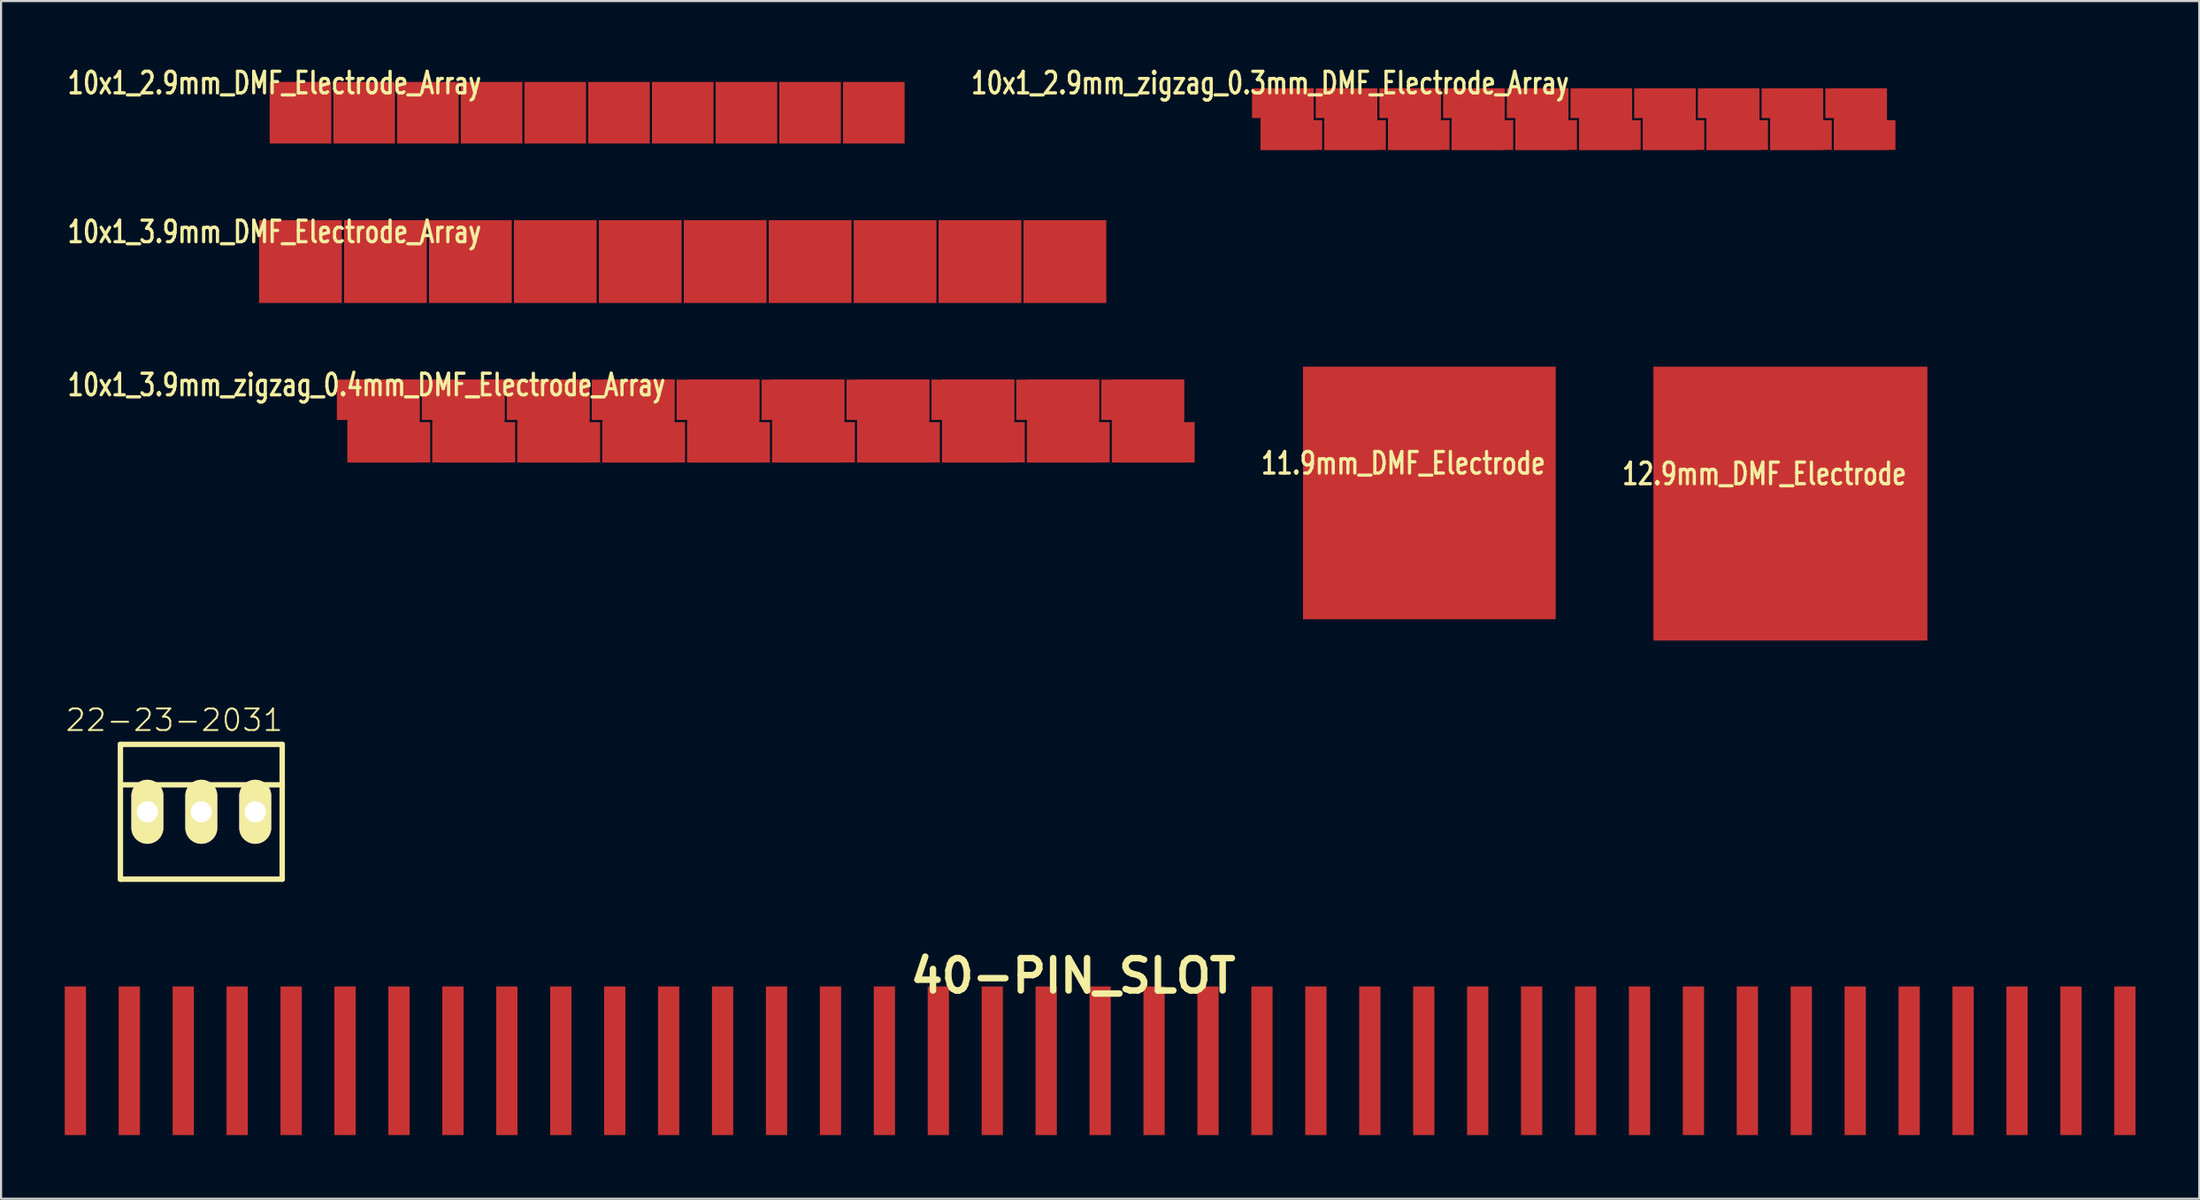
<source format=kicad_pcb>
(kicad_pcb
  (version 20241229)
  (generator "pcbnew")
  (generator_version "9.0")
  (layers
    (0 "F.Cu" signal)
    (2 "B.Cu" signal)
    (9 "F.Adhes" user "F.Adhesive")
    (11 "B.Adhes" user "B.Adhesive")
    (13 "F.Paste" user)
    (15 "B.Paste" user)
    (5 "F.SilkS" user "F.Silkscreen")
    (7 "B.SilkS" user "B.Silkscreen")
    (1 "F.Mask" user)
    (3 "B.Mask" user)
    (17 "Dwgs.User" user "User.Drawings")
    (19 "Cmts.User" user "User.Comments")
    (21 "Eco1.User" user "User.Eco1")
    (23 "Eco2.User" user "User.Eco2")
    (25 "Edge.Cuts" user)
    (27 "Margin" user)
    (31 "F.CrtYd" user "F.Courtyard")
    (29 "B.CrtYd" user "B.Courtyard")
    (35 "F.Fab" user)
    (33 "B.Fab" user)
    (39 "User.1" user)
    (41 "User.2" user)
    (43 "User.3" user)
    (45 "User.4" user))
  (footprint "10x1_2.9mm_DMF_Electrode_Array"
    (layer "F.Cu")
    (at 11.101 2.261)
    (property "Reference" "10x1_2.9mm_DMF_Electrode_Array" (at -1.224 -1.4 0) (layer "F.SilkS") (effects (font (size 1.016 0.762) (thickness 0.152))))
    (attr smd)
    (pad "1" smd rect (at 0 0) (size 2.901 2.901) (layers "F.Cu" "F.Mask"))
    (pad "2" smd rect (at 3 0) (size 2.901 2.901) (layers "F.Cu" "F.Mask"))
    (pad "3" smd rect (at 5.999 0) (size 2.901 2.901) (layers "F.Cu" "F.Mask"))
    (pad "4" smd rect (at 8.999 0) (size 2.901 2.901) (layers "F.Cu" "F.Mask"))
    (pad "5" smd rect (at 11.999 0) (size 2.901 2.901) (layers "F.Cu" "F.Mask"))
    (pad "6" smd rect (at 15.001 0) (size 2.901 2.901) (layers "F.Cu" "F.Mask"))
    (pad "7" smd rect (at 18.001 0) (size 2.901 2.901) (layers "F.Cu" "F.Mask"))
    (pad "8" smd rect (at 21.001 0) (size 2.901 2.901) (layers "F.Cu" "F.Mask"))
    (pad "9" smd rect (at 24 0) (size 2.901 2.901) (layers "F.Cu" "F.Mask"))
    (pad "10" smd rect (at 27 0) (size 2.901 2.901) (layers "F.Cu" "F.Mask")))
  (footprint "11.9mm_DMF_Electrode"
    (layer "F.Cu")
    (at 64.264 20.173)
    (property "Reference" "11.9mm_DMF_Electrode" (at -1.224 -1.4 0) (layer "F.SilkS") (effects (font (size 1.016 0.762) (thickness 0.152))))
    (attr smd)
    (pad "1" smd rect (at 0 0) (size 11.9 11.9) (layers "F.Cu" "F.Mask")))
  (footprint "10x1_3.9mm_zigzag_0.4mm_DMF_Electrode_Array"
    (layer "F.Cu")
    (at 15.013 16.785)
    (property "Reference" "10x1_3.9mm_zigzag_0.4mm_DMF_Electrode_Array" (at -0.8 -1.699 0) (layer "F.SilkS") (effects (font (size 1.016 0.762) (thickness 0.152))))
    (attr smd)
    (pad "" smd rect (at -0.249 -1.001) (size 3.899 1.9) (layers "F.Cu" "F.Mask"))
    (pad "" smd rect (at 0.249 1.001) (size 3.899 1.9) (layers "F.Cu" "F.Mask"))
    (pad "" smd rect (at 3.752 -1.001) (size 3.899 1.9) (layers "F.Cu" "F.Mask"))
    (pad "" smd rect (at 4.249 1.001) (size 3.899 1.9) (layers "F.Cu" "F.Mask"))
    (pad "" smd rect (at 7.752 -1.001) (size 3.899 1.9) (layers "F.Cu" "F.Mask"))
    (pad "" smd rect (at 8.25 1.001) (size 3.899 1.9) (layers "F.Cu" "F.Mask"))
    (pad "" smd rect (at 11.753 -1.001) (size 3.899 1.9) (layers "F.Cu" "F.Mask"))
    (pad "" smd rect (at 12.25 1.001) (size 3.899 1.9) (layers "F.Cu" "F.Mask"))
    (pad "" smd rect (at 15.751 -1.001) (size 3.899 1.9) (layers "F.Cu" "F.Mask"))
    (pad "" smd rect (at 16.248 1.001) (size 3.899 1.9) (layers "F.Cu" "F.Mask"))
    (pad "" smd rect (at 19.751 -1.001) (size 3.899 1.9) (layers "F.Cu" "F.Mask"))
    (pad "" smd rect (at 20.249 1.001) (size 3.899 1.9) (layers "F.Cu" "F.Mask"))
    (pad "" smd rect (at 23.752 -1.001) (size 3.899 1.9) (layers "F.Cu" "F.Mask"))
    (pad "" smd rect (at 24.249 1.001) (size 3.899 1.9) (layers "F.Cu" "F.Mask"))
    (pad "" smd rect (at 27.752 -1.001) (size 3.899 1.9) (layers "F.Cu" "F.Mask"))
    (pad "" smd rect (at 28.25 1.001) (size 3.899 1.9) (layers "F.Cu" "F.Mask"))
    (pad "" smd rect (at 31.75 -1.001) (size 3.899 1.9) (layers "F.Cu" "F.Mask"))
    (pad "" smd rect (at 32.248 1.001) (size 3.899 1.9) (layers "F.Cu" "F.Mask"))
    (pad "" smd rect (at 35.751 -1.001) (size 3.899 1.9) (layers "F.Cu" "F.Mask"))
    (pad "" smd rect (at 36.248 1.001) (size 3.899 1.9) (layers "F.Cu" "F.Mask"))
    (pad "1" smd rect (at 0 0) (size 3.401 3.899) (layers "F.Cu" "F.Mask"))
    (pad "2" smd rect (at 4 0) (size 3.401 3.899) (layers "F.Cu" "F.Mask"))
    (pad "3" smd rect (at 8.001 0) (size 3.401 3.899) (layers "F.Cu" "F.Mask"))
    (pad "4" smd rect (at 12.002 0) (size 3.401 3.899) (layers "F.Cu" "F.Mask"))
    (pad "5" smd rect (at 15.999 0) (size 3.401 3.899) (layers "F.Cu" "F.Mask"))
    (pad "6" smd rect (at 20 0) (size 3.401 3.899) (layers "F.Cu" "F.Mask"))
    (pad "7" smd rect (at 24 0) (size 3.401 3.899) (layers "F.Cu" "F.Mask"))
    (pad "8" smd rect (at 28.001 0) (size 3.401 3.899) (layers "F.Cu" "F.Mask"))
    (pad "9" smd rect (at 31.999 0) (size 3.401 3.899) (layers "F.Cu" "F.Mask"))
    (pad "10" smd rect (at 35.999 0) (size 3.401 3.899) (layers "F.Cu" "F.Mask")))
  (footprint "12.9mm_DMF_Electrode"
    (layer "F.Cu")
    (at 81.267 20.674)
    (property "Reference" "12.9mm_DMF_Electrode" (at -1.224 -1.4 0) (layer "F.SilkS") (effects (font (size 1.016 0.762) (thickness 0.152))))
    (attr smd)
    (pad "1" smd rect (at 0 0) (size 12.901 12.901) (layers "F.Cu" "F.Mask")))
  (footprint "10x1_3.9mm_DMF_Electrode_Array"
    (layer "F.Cu")
    (at 11.101 9.274)
    (property "Reference" "10x1_3.9mm_DMF_Electrode_Array" (at -1.224 -1.4 0) (layer "F.SilkS") (effects (font (size 1.016 0.762) (thickness 0.152))))
    (attr smd)
    (pad "1" smd rect (at 0 0) (size 3.899 3.899) (layers "F.Cu" "F.Mask"))
    (pad "2" smd rect (at 4 0) (size 3.899 3.899) (layers "F.Cu" "F.Mask"))
    (pad "3" smd rect (at 8.001 0) (size 3.899 3.899) (layers "F.Cu" "F.Mask"))
    (pad "4" smd rect (at 11.999 0) (size 3.899 3.899) (layers "F.Cu" "F.Mask"))
    (pad "5" smd rect (at 15.999 0) (size 3.899 3.899) (layers "F.Cu" "F.Mask"))
    (pad "6" smd rect (at 20 0) (size 3.899 3.899) (layers "F.Cu" "F.Mask"))
    (pad "7" smd rect (at 24 0) (size 3.899 3.899) (layers "F.Cu" "F.Mask"))
    (pad "8" smd rect (at 28.001 0) (size 3.899 3.899) (layers "F.Cu" "F.Mask"))
    (pad "9" smd rect (at 31.999 0) (size 3.899 3.899) (layers "F.Cu" "F.Mask"))
    (pad "10" smd rect (at 35.999 0) (size 3.899 3.899) (layers "F.Cu" "F.Mask")))
  (footprint "40-PIN_SLOT"
    (layer "F.Cu")
    (at 47.49 46.922)
    (property "Reference" "40-PIN_SLOT" (at 0 -4 0) (layer "F.SilkS") (effects (font (size 1.524 1.524) (thickness 0.305))))
    (attr through_hole)
    (pad "1" smd rect (at -46.99 0) (size 1.001 7) (layers "F.Cu" "F.Mask"))
    (pad "2" smd rect (at -44.45 0) (size 1.001 7) (layers "F.Cu" "F.Mask"))
    (pad "3" smd rect (at -41.91 0) (size 1.001 7) (layers "F.Cu" "F.Mask"))
    (pad "4" smd rect (at -39.37 0) (size 1.001 7) (layers "F.Cu" "F.Mask"))
    (pad "5" smd rect (at -36.83 0) (size 1.001 7) (layers "F.Cu" "F.Mask"))
    (pad "6" smd rect (at -34.29 0) (size 1.001 7) (layers "F.Cu" "F.Mask"))
    (pad "7" smd rect (at -31.75 0) (size 1.001 7) (layers "F.Cu" "F.Mask"))
    (pad "8" smd rect (at -29.21 0) (size 1.001 7) (layers "F.Cu" "F.Mask"))
    (pad "9" smd rect (at -26.67 0) (size 1.001 7) (layers "F.Cu" "F.Mask"))
    (pad "10" smd rect (at -24.13 0) (size 1.001 7) (layers "F.Cu" "F.Mask"))
    (pad "11" smd rect (at -21.59 0) (size 1.001 7) (layers "F.Cu" "F.Mask"))
    (pad "12" smd rect (at -19.05 0) (size 1.001 7) (layers "F.Cu" "F.Mask"))
    (pad "13" smd rect (at -16.51 0) (size 1.001 7) (layers "F.Cu" "F.Mask"))
    (pad "14" smd rect (at -13.97 0) (size 1.001 7) (layers "F.Cu" "F.Mask"))
    (pad "15" smd rect (at -11.43 0) (size 1.001 7) (layers "F.Cu" "F.Mask"))
    (pad "16" smd rect (at -8.89 0) (size 1.001 7) (layers "F.Cu" "F.Mask"))
    (pad "17" smd rect (at -6.35 0) (size 1.001 7) (layers "F.Cu" "F.Mask"))
    (pad "18" smd rect (at -3.81 0) (size 1.001 7) (layers "F.Cu" "F.Mask"))
    (pad "19" smd rect (at -1.27 0) (size 1.001 7) (layers "F.Cu" "F.Mask"))
    (pad "20" smd rect (at 1.27 0) (size 1.001 7) (layers "F.Cu" "F.Mask"))
    (pad "22" smd rect (at 3.81 0) (size 1.001 7) (layers "F.Cu" "F.Mask"))
    (pad "23" smd rect (at 6.35 0) (size 1.001 7) (layers "F.Cu" "F.Mask"))
    (pad "24" smd rect (at 8.89 0) (size 1.001 7) (layers "F.Cu" "F.Mask"))
    (pad "25" smd rect (at 11.43 0) (size 1.001 7) (layers "F.Cu" "F.Mask"))
    (pad "26" smd rect (at 13.97 0) (size 1.001 7) (layers "F.Cu" "F.Mask"))
    (pad "27" smd rect (at 16.51 0) (size 1.001 7) (layers "F.Cu" "F.Mask"))
    (pad "28" smd rect (at 19.05 0) (size 1.001 7) (layers "F.Cu" "F.Mask"))
    (pad "29" smd rect (at 21.59 0) (size 1.001 7) (layers "F.Cu" "F.Mask"))
    (pad "30" smd rect (at 24.13 0) (size 1.001 7) (layers "F.Cu" "F.Mask"))
    (pad "31" smd rect (at 26.67 0) (size 1.001 7) (layers "F.Cu" "F.Mask"))
    (pad "32" smd rect (at 29.21 0) (size 1.001 7) (layers "F.Cu" "F.Mask"))
    (pad "33" smd rect (at 31.75 0) (size 1.001 7) (layers "F.Cu" "F.Mask"))
    (pad "34" smd rect (at 34.29 0) (size 1.001 7) (layers "F.Cu" "F.Mask"))
    (pad "35" smd rect (at 36.83 0) (size 1.001 7) (layers "F.Cu" "F.Mask"))
    (pad "36" smd rect (at 39.37 0) (size 1.001 7) (layers "F.Cu" "F.Mask"))
    (pad "37" smd rect (at 41.91 0) (size 1.001 7) (layers "F.Cu" "F.Mask"))
    (pad "38" smd rect (at 44.45 0) (size 1.001 7) (layers "F.Cu" "F.Mask"))
    (pad "39" smd rect (at 46.99 0) (size 1.001 7) (layers "F.Cu" "F.Mask"))
    (pad "40" smd rect (at 49.53 0) (size 1.001 7) (layers "F.Cu" "F.Mask")))
  (footprint "10x1_2.9mm_zigzag_0.3mm_DMF_Electrode_Array"
    (layer "F.Cu")
    (at 57.565 2.561)
    (property "Reference" "10x1_2.9mm_zigzag_0.3mm_DMF_Electrode_Array" (at -0.8 -1.699 0) (layer "F.SilkS") (effects (font (size 1.016 0.762) (thickness 0.152))))
    (attr smd)
    (pad "" smd rect (at -0.201 -0.749) (size 2.901 1.4) (layers "F.Cu" "F.Mask"))
    (pad "" smd rect (at 0.201 0.752) (size 2.901 1.4) (layers "F.Cu" "F.Mask"))
    (pad "" smd rect (at 2.799 -0.749) (size 2.901 1.4) (layers "F.Cu" "F.Mask"))
    (pad "" smd rect (at 3.2 0.752) (size 2.901 1.4) (layers "F.Cu" "F.Mask"))
    (pad "" smd rect (at 5.796 -0.749) (size 2.901 1.4) (layers "F.Cu" "F.Mask"))
    (pad "" smd rect (at 6.198 0.752) (size 2.901 1.4) (layers "F.Cu" "F.Mask"))
    (pad "" smd rect (at 8.796 -0.749) (size 2.901 1.4) (layers "F.Cu" "F.Mask"))
    (pad "" smd rect (at 9.197 0.752) (size 2.901 1.4) (layers "F.Cu" "F.Mask"))
    (pad "" smd rect (at 11.798 -0.749) (size 2.901 1.4) (layers "F.Cu" "F.Mask"))
    (pad "" smd rect (at 12.2 0.752) (size 2.901 1.4) (layers "F.Cu" "F.Mask"))
    (pad "" smd rect (at 14.798 -0.749) (size 2.901 1.4) (layers "F.Cu" "F.Mask"))
    (pad "" smd rect (at 15.199 0.752) (size 2.901 1.4) (layers "F.Cu" "F.Mask"))
    (pad "" smd rect (at 17.795 -0.749) (size 2.901 1.4) (layers "F.Cu" "F.Mask"))
    (pad "" smd rect (at 18.197 0.752) (size 2.901 1.4) (layers "F.Cu" "F.Mask"))
    (pad "" smd rect (at 20.795 -0.749) (size 2.901 1.4) (layers "F.Cu" "F.Mask"))
    (pad "" smd rect (at 21.196 0.752) (size 2.901 1.4) (layers "F.Cu" "F.Mask"))
    (pad "" smd rect (at 23.797 -0.749) (size 2.901 1.4) (layers "F.Cu" "F.Mask"))
    (pad "" smd rect (at 24.199 0.752) (size 2.901 1.4) (layers "F.Cu" "F.Mask"))
    (pad "" smd rect (at 26.797 -0.749) (size 2.901 1.4) (layers "F.Cu" "F.Mask"))
    (pad "" smd rect (at 27.198 0.752) (size 2.901 1.4) (layers "F.Cu" "F.Mask"))
    (pad "1" smd rect (at 0 0) (size 2.499 2.901) (layers "F.Cu" "F.Mask"))
    (pad "2" smd rect (at 3 0) (size 2.499 2.901) (layers "F.Cu" "F.Mask"))
    (pad "3" smd rect (at 5.997 0) (size 2.499 2.901) (layers "F.Cu" "F.Mask"))
    (pad "4" smd rect (at 8.997 0) (size 2.499 2.901) (layers "F.Cu" "F.Mask"))
    (pad "5" smd rect (at 11.999 0) (size 2.499 2.901) (layers "F.Cu" "F.Mask"))
    (pad "6" smd rect (at 14.999 0) (size 2.499 2.901) (layers "F.Cu" "F.Mask"))
    (pad "7" smd rect (at 17.996 0) (size 2.499 2.901) (layers "F.Cu" "F.Mask"))
    (pad "8" smd rect (at 20.996 0) (size 2.499 2.901) (layers "F.Cu" "F.Mask"))
    (pad "9" smd rect (at 23.998 0) (size 2.499 2.901) (layers "F.Cu" "F.Mask"))
    (pad "10" smd rect (at 26.998 0) (size 2.499 2.901) (layers "F.Cu" "F.Mask")))
  (footprint "22-23-2031"
    (layer "F.Cu")
    (at 6.43 35.193)
    (property "Reference" "22-23-2031" (at -1.27 -4.318 0) (layer "F.SilkS") (effects (font (size 1.016 1.016) (thickness 0.089))))
    (attr exclude_from_pos_files exclude_from_bom)
    (fp_line (start -3.81 -3.175) (end 3.81 -3.175) (stroke (width 0.254) (type solid)) (layer "F.SilkS"))
    (fp_line (start -3.81 -1.27) (end -3.81 -3.175) (stroke (width 0.254) (type solid)) (layer "F.SilkS"))
    (fp_line (start -3.81 -1.27) (end 3.81 -1.27) (stroke (width 0.254) (type solid)) (layer "F.SilkS"))
    (fp_line (start -3.81 3.175) (end -3.81 -1.27) (stroke (width 0.254) (type solid)) (layer "F.SilkS"))
    (fp_line (start 3.81 -3.175) (end 3.81 -1.27) (stroke (width 0.254) (type solid)) (layer "F.SilkS"))
    (fp_line (start 3.81 -1.27) (end 3.81 3.175) (stroke (width 0.254) (type solid)) (layer "F.SilkS"))
    (fp_line (start 3.81 3.175) (end -3.81 3.175) (stroke (width 0.254) (type solid)) (layer "F.SilkS"))
    (pad "1" thru_hole oval (at -2.54 0) (size 1.506 3.015) (drill 0.998) (layers "*.Cu" "F.Mask" "F.SilkS" "F.Paste"))
    (pad "2" thru_hole oval (at 0 0) (size 1.506 3.015) (drill 0.998) (layers "*.Cu" "F.Mask" "F.SilkS" "F.Paste"))
    (pad "3" thru_hole oval (at 2.54 0) (size 1.506 3.015) (drill 0.998) (layers "*.Cu" "F.Mask" "F.SilkS" "F.Paste")))
  (gr_rect
    (start -3 -3)
    (end 100.521 53.422)
    (stroke (width 0.1) (type default))
    (fill no)
    (layer "Edge.Cuts")))
</source>
